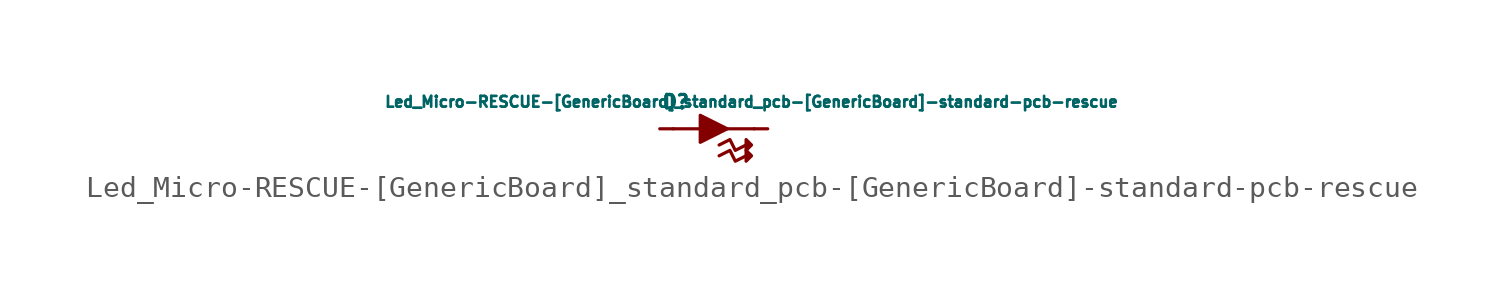
<source format=kicad_sym>
(kicad_symbol_lib
  (version 20211014)
  (generator kicad_symbol_editor)
  (symbol "Led_Micro-RESCUE-[GenericBoard]_standard_pcb-[GenericBoard]-standard-pcb-rescue"
    (pin_numbers hide)
    (pin_names
      (offset 0) hide)
    (property "Reference" "D"
      (at -1.778 1.27 0)
      (effects (font (size 0.635 0.635))))
    (property "Value" "Led_Micro-RESCUE-[GenericBoard]_standard_pcb-[GenericBoard]-standard-pcb-rescue"
      (at 1.778 1.27 0)
      (effects (font (size 0.508 0.508))))
    (property "Footprint" ""
      (at 0 0 0)
      (effects (font (size 1.524 1.524))))
    (property "Datasheet" ""
      (at 0 0 0)
      (effects (font (size 1.524 1.524))))
    (symbol "Led_Micro-RESCUE-[GenericBoard]_standard_pcb-[GenericBoard]-standard-pcb-rescue_0_1"
      (polyline (pts (xy -1.905 0) (xy 1.905 0)) (stroke (width 0) (type default) (color 0 0 0 0)) (fill (type none)))
      (polyline (pts (xy -0.635 0.635) (xy -0.635 -0.635) (xy 0.635 0) (xy -0.635 0.635)) (stroke (width 0) (type default) (color 0 0 0 0)) (fill (type outline)))
      (polyline (pts (xy 0.254 -0.762) (xy 0.762 -0.508) (xy 1.016 -1.016) (xy 1.524 -0.762)) (stroke (width 0) (type default) (color 0 0 0 0)) (fill (type none)))
      (polyline (pts (xy 1.524 -1.27) (xy 1.016 -1.524) (xy 0.762 -1.016) (xy 0.254 -1.27)) (stroke (width 0) (type default) (color 0 0 0 0)) (fill (type none)))
      (polyline (pts (xy 1.524 -1.016) (xy 1.524 -1.524) (xy 1.778 -1.27) (xy 1.524 -1.016)) (stroke (width 0) (type default) (color 0 0 0 0)) (fill (type outline)))
      (polyline (pts (xy 1.524 -0.508) (xy 1.524 -1.016) (xy 1.778 -0.762) (xy 1.524 -0.508)) (stroke (width 0) (type default) (color 0 0 0 0)) (fill (type outline))))
    (symbol "Led_Micro-RESCUE-[GenericBoard]_standard_pcb-[GenericBoard]-standard-pcb-rescue_1_1"
      (pin passive line (at 2.54 0 180) (length 0.635) (name "A" (effects (font (size 0.635 0.635)))) (number "1" (effects (font (size 0.635 0.635)))))
      (pin passive line (at -2.54 0 0) (length 0.635) (name "B" (effects (font (size 0.635 0.635)))) (number "2" (effects (font (size 0.635 0.635))))))))
</source>
